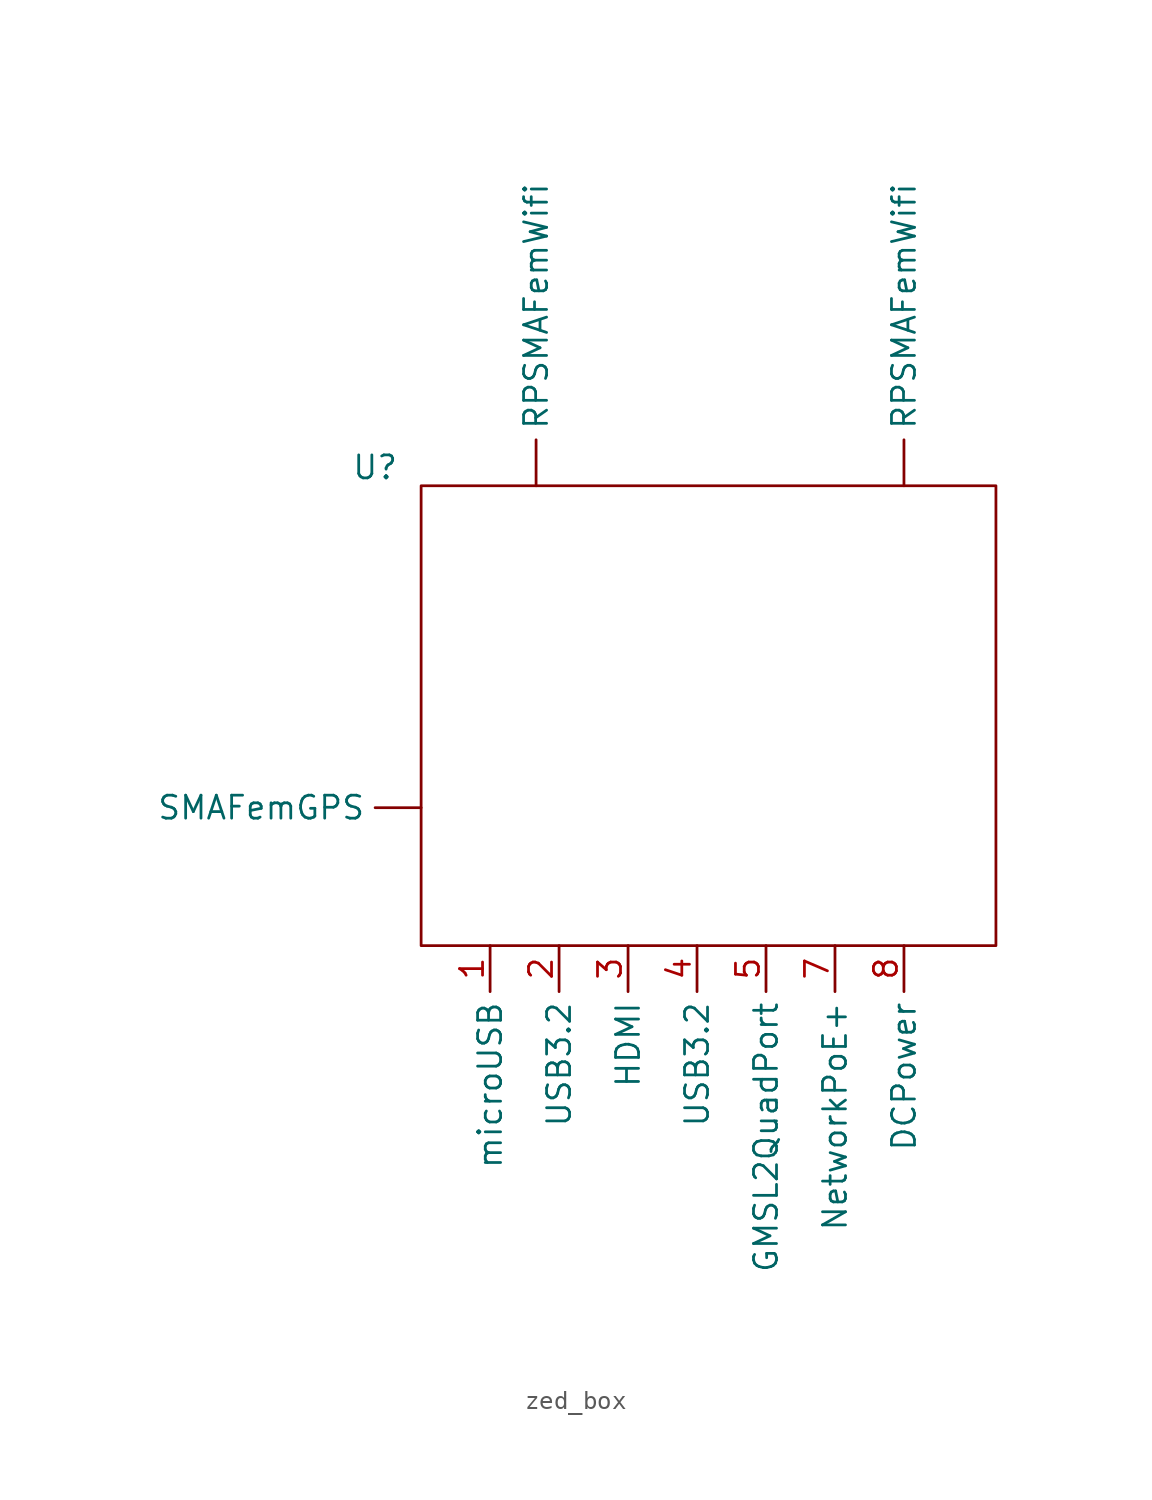
<source format=kicad_sym>
(kicad_symbol_lib
  (version 20241209)
  (generator "kicad_symbol_editor")
  (generator_version "9.0")
  (symbol "zed_box"
    (property "Reference" "U"
      (at -19.05 12.446 0)
      (effects (font (size 1.27 1.27))))
    (property "Value" ""
      (at 0 0 0)
      (effects (font (size 1.27 1.27))))
    (symbol "zed_box_0_1"
      (rectangle (start -16.51 11.43) (end 15.24 -13.97) (stroke (width 0) (type default)) (fill (type none))))
    (symbol "zed_box_1_1"
      (pin input line (at -16.51 -6.35 180) (length 2.54) (name "SMAFemGPS" (effects (font (size 1.27 1.27)))) (number "" (effects (font (size 1.27 1.27)))))
      (pin input line (at -12.7 -13.97 270) (length 2.54) (name "microUSB" (effects (font (size 1.27 1.27)))) (number "1" (effects (font (size 1.27 1.27)))))
      (pin input line (at -10.16 11.43 90) (length 2.54) (name "RPSMAFemWifi" (effects (font (size 1.27 1.27)))) (number "" (effects (font (size 1.27 1.27)))))
      (pin input line (at -8.89 -13.97 270) (length 2.54) (name "USB3.2" (effects (font (size 1.27 1.27)))) (number "2" (effects (font (size 1.27 1.27)))))
      (pin output line (at -5.08 -13.97 270) (length 2.54) (name "HDMI" (effects (font (size 1.27 1.27)))) (number "3" (effects (font (size 1.27 1.27)))))
      (pin input line (at -1.27 -13.97 270) (length 2.54) (name "USB3.2" (effects (font (size 1.27 1.27)))) (number "4" (effects (font (size 1.27 1.27)))))
      (pin input line (at 2.54 -13.97 270) (length 2.54) (name "GMSL2QuadPort" (effects (font (size 1.27 1.27)))) (number "5" (effects (font (size 1.27 1.27)))))
      (pin input line (at 6.35 -13.97 270) (length 2.54) (name "NetworkPoE+" (effects (font (size 1.27 1.27)))) (number "7" (effects (font (size 1.27 1.27)))))
      (pin input line (at 10.16 11.43 90) (length 2.54) (name "RPSMAFemWifi" (effects (font (size 1.27 1.27)))) (number "" (effects (font (size 1.27 1.27)))))
      (pin input line (at 10.16 -13.97 270) (length 2.54) (name "DCPower" (effects (font (size 1.27 1.27)))) (number "8" (effects (font (size 1.27 1.27))))))))
</source>
